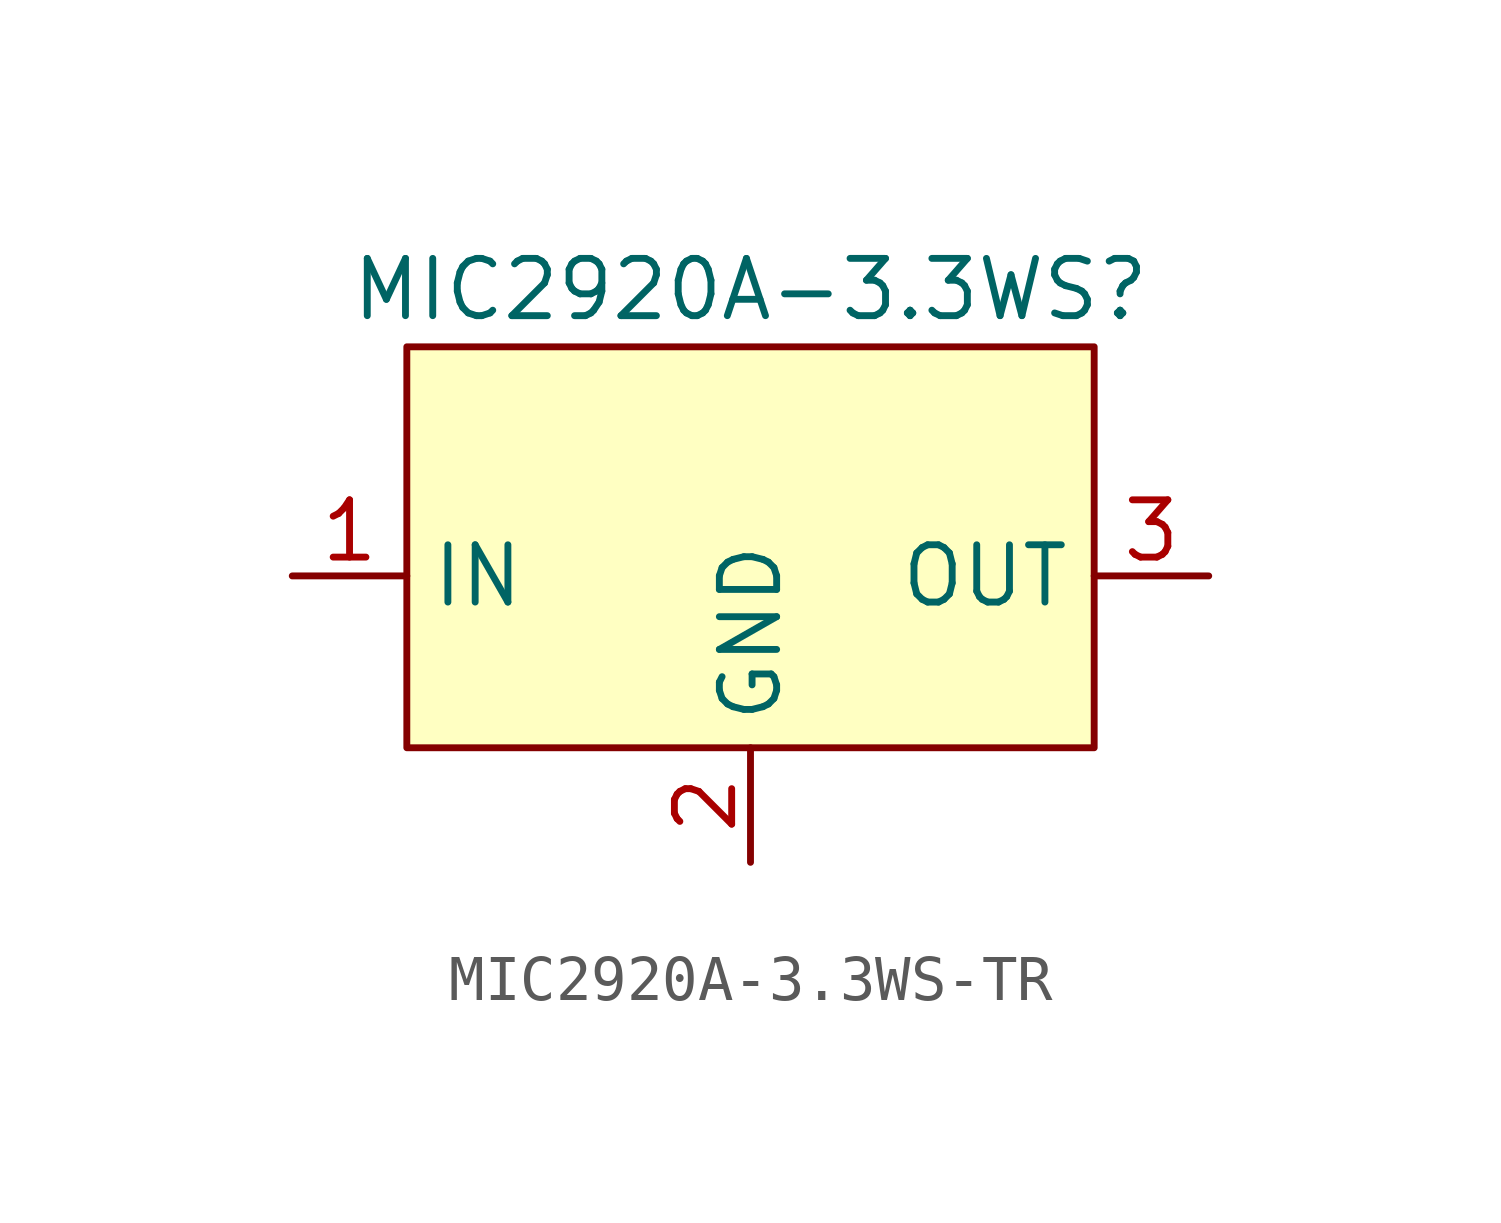
<source format=kicad_sym>
(kicad_symbol_lib
  (version 20220914)
  (generator kicad_symbol_editor)
  (symbol "MIC2920A-3.3WS-TR"
    (property "Reference" "MIC2920A-3.3WS"
      (at 0 0 0)
      (effects (font (size 1.27 1.27))))
    (property "Value" ""
      (at 0 0 0)
      (effects (font (size 1.27 1.27))))
    (symbol "MIC2920A-3.3WS-TR_1_1"
      (rectangle (start -7.62 -1.27) (end 7.62 -10.16) (stroke (width 0) (type default)) (fill (type background)))
      (pin input line (at -10.16 -6.35 0) (length 2.54) (name "IN" (effects (font (size 1.27 1.27)))) (number "1" (effects (font (size 1.27 1.27)))))
      (pin input line (at 0 -12.7 90) (length 2.54) (name "GND" (effects (font (size 1.27 1.27)))) (number "2" (effects (font (size 1.27 1.27)))))
      (pin input line (at 10.16 -6.35 180) (length 2.54) (name "OUT" (effects (font (size 1.27 1.27)))) (number "3" (effects (font (size 1.27 1.27))))))))
</source>
